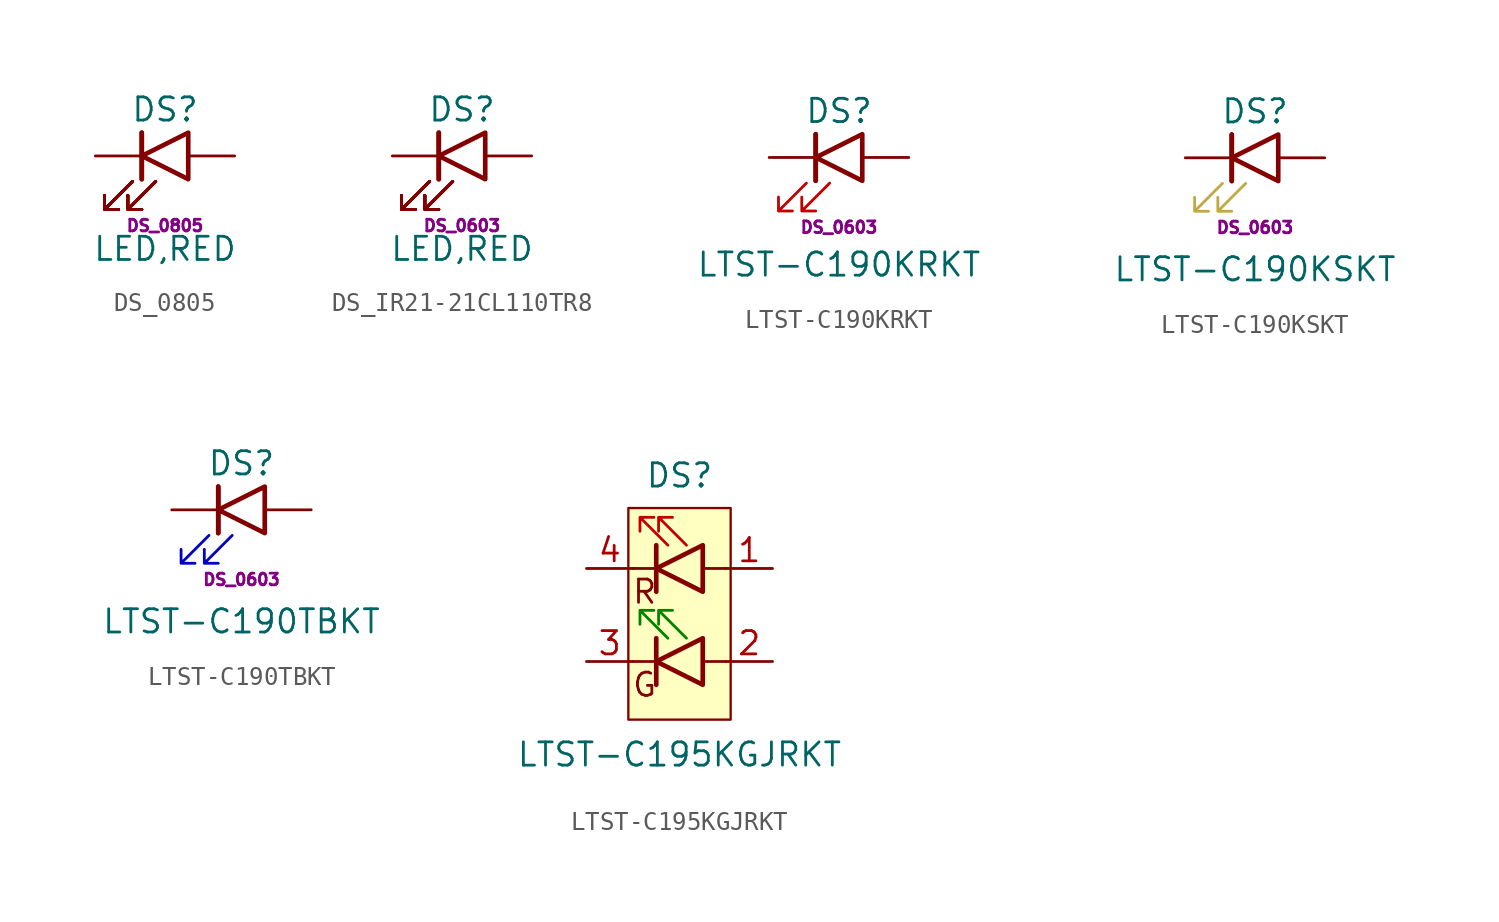
<source format=kicad_sym>
(kicad_symbol_lib
  (version 20231120)
  (generator "kicad_symbol_editor")
  (generator_version "8.0")
  (symbol "DS_0805"
    (pin_numbers hide)
    (pin_names
      (offset 1.016) hide)
    (property "Reference" "DS"
      (at 0 2.54 0)
      (effects (font (size 1.27 1.27))))
    (property "Value" "LED,RED"
      (at 0 -5.08 0)
      (effects (font (size 1.27 1.27))))
    (property "Size" "DS_0805"
      (at 0 -3.81 0)
      (effects (font (size 0.635 0.635))))
    (symbol "DS_0805_1_1"
      (polyline (pts (xy -1.27 -1.27) (xy -1.27 1.27)) (stroke (width 0.254) (type default)) (fill (type none)))
      (polyline (pts (xy -1.27 -1.27) (xy -1.27 1.27)) (stroke (width 0.254) (type default)) (fill (type none)))
      (polyline (pts (xy 1.27 -1.27) (xy 1.27 1.27) (xy -1.27 0) (xy 1.27 -1.27)) (stroke (width 0.254) (type default)) (fill (type none)))
      (polyline (pts (xy -1.778 -1.397) (xy -3.302 -2.921) (xy -2.54 -2.921) (xy -3.302 -2.921) (xy -3.302 -2.159)) (stroke (width 0) (type default)) (fill (type none)))
      (polyline (pts (xy -1.778 -1.397) (xy -3.302 -2.921) (xy -2.54 -2.921) (xy -3.302 -2.921) (xy -3.302 -2.159)) (stroke (width 0) (type default)) (fill (type none)))
      (polyline (pts (xy -1.778 -1.397) (xy -3.302 -2.921) (xy -2.54 -2.921) (xy -3.302 -2.921) (xy -3.302 -2.159)) (stroke (width 0) (type default)) (fill (type none)))
      (polyline (pts (xy -1.778 -1.397) (xy -3.302 -2.921) (xy -2.54 -2.921) (xy -3.302 -2.921) (xy -3.302 -2.159)) (stroke (width 0) (type default)) (fill (type none)))
      (polyline (pts (xy -1.778 -1.397) (xy -3.302 -2.921) (xy -2.54 -2.921) (xy -3.302 -2.921) (xy -3.302 -2.159)) (stroke (width 0) (type default)) (fill (type none)))
      (polyline (pts (xy -1.778 -1.397) (xy -3.302 -2.921) (xy -2.54 -2.921) (xy -3.302 -2.921) (xy -3.302 -2.159)) (stroke (width 0) (type default)) (fill (type none)))
      (polyline (pts (xy -1.778 -1.397) (xy -3.302 -2.921) (xy -2.54 -2.921) (xy -3.302 -2.921) (xy -3.302 -2.159)) (stroke (width 0) (type default)) (fill (type none)))
      (polyline (pts (xy -1.778 -1.397) (xy -3.302 -2.921) (xy -2.54 -2.921) (xy -3.302 -2.921) (xy -3.302 -2.159)) (stroke (width 0) (type default)) (fill (type none)))
      (polyline (pts (xy -0.508 -1.397) (xy -2.032 -2.921) (xy -1.27 -2.921) (xy -2.032 -2.921) (xy -2.032 -2.159)) (stroke (width 0) (type default)) (fill (type none)))
      (polyline (pts (xy -0.508 -1.397) (xy -2.032 -2.921) (xy -1.27 -2.921) (xy -2.032 -2.921) (xy -2.032 -2.159)) (stroke (width 0) (type default)) (fill (type none)))
      (polyline (pts (xy -0.508 -1.397) (xy -2.032 -2.921) (xy -1.27 -2.921) (xy -2.032 -2.921) (xy -2.032 -2.159)) (stroke (width 0) (type default)) (fill (type none)))
      (polyline (pts (xy -0.508 -1.397) (xy -2.032 -2.921) (xy -1.27 -2.921) (xy -2.032 -2.921) (xy -2.032 -2.159)) (stroke (width 0) (type default)) (fill (type none)))
      (polyline (pts (xy -0.508 -1.397) (xy -2.032 -2.921) (xy -1.27 -2.921) (xy -2.032 -2.921) (xy -2.032 -2.159)) (stroke (width 0) (type default)) (fill (type none)))
      (polyline (pts (xy -0.508 -1.397) (xy -2.032 -2.921) (xy -1.27 -2.921) (xy -2.032 -2.921) (xy -2.032 -2.159)) (stroke (width 0) (type default)) (fill (type none)))
      (polyline (pts (xy -0.508 -1.397) (xy -2.032 -2.921) (xy -1.27 -2.921) (xy -2.032 -2.921) (xy -2.032 -2.159)) (stroke (width 0) (type default)) (fill (type none)))
      (polyline (pts (xy -0.508 -1.397) (xy -2.032 -2.921) (xy -1.27 -2.921) (xy -2.032 -2.921) (xy -2.032 -2.159)) (stroke (width 0) (type default)) (fill (type none)))
      (pin passive line (at -3.81 0 0) (length 2.54) (name "K" (effects (font (size 1.27 1.27)))) (number "1" (effects (font (size 1.27 1.27)))))
      (pin passive line (at 3.81 0 180) (length 2.54) (name "A" (effects (font (size 1.27 1.27)))) (number "2" (effects (font (size 1.27 1.27)))))))
  (symbol "DS_IR21-21CL110TR8"
    (pin_numbers hide)
    (pin_names
      (offset 1.016) hide)
    (property "Reference" "DS"
      (at 0 2.54 0)
      (effects (font (size 1.27 1.27))))
    (property "Value" "LED,RED"
      (at 0 -5.08 0)
      (effects (font (size 1.27 1.27))))
    (property "Size" "DS_0603"
      (at 0 -3.81 0)
      (effects (font (size 0.635 0.635))))
    (symbol "DS_IR21-21CL110TR8_1_1"
      (polyline (pts (xy -1.27 -1.27) (xy -1.27 1.27)) (stroke (width 0.254) (type default)) (fill (type none)))
      (polyline (pts (xy -1.27 -1.27) (xy -1.27 1.27)) (stroke (width 0.254) (type default)) (fill (type none)))
      (polyline (pts (xy 1.27 -1.27) (xy 1.27 1.27) (xy -1.27 0) (xy 1.27 -1.27)) (stroke (width 0.254) (type default)) (fill (type none)))
      (polyline (pts (xy -1.778 -1.397) (xy -3.302 -2.921) (xy -2.54 -2.921) (xy -3.302 -2.921) (xy -3.302 -2.159)) (stroke (width 0) (type default)) (fill (type none)))
      (polyline (pts (xy -1.778 -1.397) (xy -3.302 -2.921) (xy -2.54 -2.921) (xy -3.302 -2.921) (xy -3.302 -2.159)) (stroke (width 0) (type default)) (fill (type none)))
      (polyline (pts (xy -1.778 -1.397) (xy -3.302 -2.921) (xy -2.54 -2.921) (xy -3.302 -2.921) (xy -3.302 -2.159)) (stroke (width 0) (type default)) (fill (type none)))
      (polyline (pts (xy -1.778 -1.397) (xy -3.302 -2.921) (xy -2.54 -2.921) (xy -3.302 -2.921) (xy -3.302 -2.159)) (stroke (width 0) (type default)) (fill (type none)))
      (polyline (pts (xy -1.778 -1.397) (xy -3.302 -2.921) (xy -2.54 -2.921) (xy -3.302 -2.921) (xy -3.302 -2.159)) (stroke (width 0) (type default)) (fill (type none)))
      (polyline (pts (xy -1.778 -1.397) (xy -3.302 -2.921) (xy -2.54 -2.921) (xy -3.302 -2.921) (xy -3.302 -2.159)) (stroke (width 0) (type default)) (fill (type none)))
      (polyline (pts (xy -1.778 -1.397) (xy -3.302 -2.921) (xy -2.54 -2.921) (xy -3.302 -2.921) (xy -3.302 -2.159)) (stroke (width 0) (type default)) (fill (type none)))
      (polyline (pts (xy -1.778 -1.397) (xy -3.302 -2.921) (xy -2.54 -2.921) (xy -3.302 -2.921) (xy -3.302 -2.159)) (stroke (width 0) (type default)) (fill (type none)))
      (polyline (pts (xy -0.508 -1.397) (xy -2.032 -2.921) (xy -1.27 -2.921) (xy -2.032 -2.921) (xy -2.032 -2.159)) (stroke (width 0) (type default)) (fill (type none)))
      (polyline (pts (xy -0.508 -1.397) (xy -2.032 -2.921) (xy -1.27 -2.921) (xy -2.032 -2.921) (xy -2.032 -2.159)) (stroke (width 0) (type default)) (fill (type none)))
      (polyline (pts (xy -0.508 -1.397) (xy -2.032 -2.921) (xy -1.27 -2.921) (xy -2.032 -2.921) (xy -2.032 -2.159)) (stroke (width 0) (type default)) (fill (type none)))
      (polyline (pts (xy -0.508 -1.397) (xy -2.032 -2.921) (xy -1.27 -2.921) (xy -2.032 -2.921) (xy -2.032 -2.159)) (stroke (width 0) (type default)) (fill (type none)))
      (polyline (pts (xy -0.508 -1.397) (xy -2.032 -2.921) (xy -1.27 -2.921) (xy -2.032 -2.921) (xy -2.032 -2.159)) (stroke (width 0) (type default)) (fill (type none)))
      (polyline (pts (xy -0.508 -1.397) (xy -2.032 -2.921) (xy -1.27 -2.921) (xy -2.032 -2.921) (xy -2.032 -2.159)) (stroke (width 0) (type default)) (fill (type none)))
      (polyline (pts (xy -0.508 -1.397) (xy -2.032 -2.921) (xy -1.27 -2.921) (xy -2.032 -2.921) (xy -2.032 -2.159)) (stroke (width 0) (type default)) (fill (type none)))
      (polyline (pts (xy -0.508 -1.397) (xy -2.032 -2.921) (xy -1.27 -2.921) (xy -2.032 -2.921) (xy -2.032 -2.159)) (stroke (width 0) (type default)) (fill (type none)))
      (pin passive line (at -3.81 0 0) (length 2.54) (name "K" (effects (font (size 1.27 1.27)))) (number "1" (effects (font (size 1.27 1.27)))))
      (pin passive line (at 3.81 0 180) (length 2.54) (name "A" (effects (font (size 1.27 1.27)))) (number "2" (effects (font (size 1.27 1.27)))))))
  (symbol "LTST-C190KRKT"
    (pin_numbers hide)
    (pin_names
      (offset 1.016) hide)
    (property "Reference" "DS"
      (at 0 2.54 0)
      (effects (font (size 1.27 1.27))))
    (property "Value" "LTST-C190KRKT"
      (at 0 -5.842 0)
      (effects (font (size 1.27 1.27))))
    (property "Size" "DS_0603"
      (at 0 -3.81 0)
      (effects (font (size 0.635 0.635))))
    (symbol "LTST-C190KRKT_1_1"
      (polyline (pts (xy -1.27 -1.27) (xy -1.27 1.27)) (stroke (width 0.254) (type default)) (fill (type none)))
      (polyline (pts (xy -1.27 -1.27) (xy -1.27 1.27)) (stroke (width 0.254) (type default)) (fill (type none)))
      (polyline (pts (xy 1.27 -1.27) (xy 1.27 1.27) (xy -1.27 0) (xy 1.27 -1.27)) (stroke (width 0.254) (type default)) (fill (type none)))
      (polyline (pts (xy -1.778 -1.397) (xy -3.302 -2.921) (xy -2.54 -2.921) (xy -3.302 -2.921) (xy -3.302 -2.159)) (stroke (width 0) (type default) (color 194 0 0 1)) (fill (type none)))
      (polyline (pts (xy -0.508 -1.397) (xy -2.032 -2.921) (xy -1.27 -2.921) (xy -2.032 -2.921) (xy -2.032 -2.159)) (stroke (width 0) (type default) (color 194 0 0 1)) (fill (type none)))
      (pin passive line (at -3.81 0 0) (length 2.54) (name "K" (effects (font (size 1.27 1.27)))) (number "1" (effects (font (size 1.27 1.27)))))
      (pin passive line (at 3.81 0 180) (length 2.54) (name "A" (effects (font (size 1.27 1.27)))) (number "2" (effects (font (size 1.27 1.27)))))))
  (symbol "LTST-C190KSKT"
    (pin_numbers hide)
    (pin_names
      (offset 1.016) hide)
    (property "Reference" "DS"
      (at 0 2.54 0)
      (effects (font (size 1.27 1.27))))
    (property "Value" "LTST-C190KSKT"
      (at 0 -6.096 0)
      (effects (font (size 1.27 1.27))))
    (property "Size" "DS_0603"
      (at 0 -3.81 0)
      (effects (font (size 0.635 0.635))))
    (symbol "LTST-C190KSKT_1_1"
      (polyline (pts (xy -1.27 -1.27) (xy -1.27 1.27)) (stroke (width 0.254) (type default)) (fill (type none)))
      (polyline (pts (xy -1.27 -1.27) (xy -1.27 1.27)) (stroke (width 0.254) (type default)) (fill (type none)))
      (polyline (pts (xy 1.27 -1.27) (xy 1.27 1.27) (xy -1.27 0) (xy 1.27 -1.27)) (stroke (width 0.254) (type default)) (fill (type none)))
      (polyline (pts (xy -1.778 -1.397) (xy -3.302 -2.921) (xy -2.54 -2.921) (xy -3.302 -2.921) (xy -3.302 -2.159)) (stroke (width 0) (type default) (color 194 168 68 1)) (fill (type none)))
      (polyline (pts (xy -0.508 -1.397) (xy -2.032 -2.921) (xy -1.27 -2.921) (xy -2.032 -2.921) (xy -2.032 -2.159)) (stroke (width 0) (type default) (color 194 168 68 1)) (fill (type none)))
      (pin passive line (at -3.81 0 0) (length 2.54) (name "K" (effects (font (size 1.27 1.27)))) (number "1" (effects (font (size 1.27 1.27)))))
      (pin passive line (at 3.81 0 180) (length 2.54) (name "A" (effects (font (size 1.27 1.27)))) (number "2" (effects (font (size 1.27 1.27)))))))
  (symbol "LTST-C190TBKT"
    (pin_numbers hide)
    (pin_names
      (offset 1.016) hide)
    (property "Reference" "DS"
      (at 0 2.54 0)
      (effects (font (size 1.27 1.27))))
    (property "Value" "LTST-C190TBKT"
      (at 0 -6.096 0)
      (effects (font (size 1.27 1.27))))
    (property "Size" "DS_0603"
      (at 0 -3.81 0)
      (effects (font (size 0.635 0.635))))
    (symbol "LTST-C190TBKT_1_1"
      (polyline (pts (xy -1.27 -1.27) (xy -1.27 1.27)) (stroke (width 0.254) (type default)) (fill (type none)))
      (polyline (pts (xy -1.27 -1.27) (xy -1.27 1.27)) (stroke (width 0.254) (type default)) (fill (type none)))
      (polyline (pts (xy 1.27 -1.27) (xy 1.27 1.27) (xy -1.27 0) (xy 1.27 -1.27)) (stroke (width 0.254) (type default)) (fill (type none)))
      (polyline (pts (xy -1.778 -1.397) (xy -3.302 -2.921) (xy -2.54 -2.921) (xy -3.302 -2.921) (xy -3.302 -2.159)) (stroke (width 0) (type default) (color 0 0 194 1)) (fill (type none)))
      (polyline (pts (xy -0.508 -1.397) (xy -2.032 -2.921) (xy -1.27 -2.921) (xy -2.032 -2.921) (xy -2.032 -2.159)) (stroke (width 0) (type default) (color 0 0 194 1)) (fill (type none)))
      (pin passive line (at -3.81 0 0) (length 2.54) (name "K" (effects (font (size 1.27 1.27)))) (number "1" (effects (font (size 1.27 1.27)))))
      (pin passive line (at 3.81 0 180) (length 2.54) (name "A" (effects (font (size 1.27 1.27)))) (number "2" (effects (font (size 1.27 1.27)))))))
  (symbol "LTST-C195KGJRKT"
    (pin_names hide)
    (property "Reference" "DS"
      (at 0 7.62 0)
      (effects (font (size 1.27 1.27))))
    (property "Value" "LTST-C195KGJRKT"
      (at 0 -7.62 0)
      (effects (font (size 1.27 1.27))))
    (symbol "LTST-C195KGJRKT_0_0"
      (text "G" (at -1.905 -3.81 0) (effects (font (size 1.27 1.27))))
      (text "R" (at -1.905 1.27 0) (effects (font (size 1.27 1.27)))))
    (symbol "LTST-C195KGJRKT_0_1"
      (polyline (pts (xy -1.27 -2.54) (xy -2.54 -2.54)) (stroke (width 0) (type default)) (fill (type none)))
      (polyline (pts (xy -1.27 -1.27) (xy -1.27 -3.81)) (stroke (width 0.254) (type default)) (fill (type none)))
      (polyline (pts (xy -1.27 2.54) (xy -2.54 2.54)) (stroke (width 0) (type default)) (fill (type none)))
      (polyline (pts (xy -1.27 3.81) (xy -1.27 1.27)) (stroke (width 0.254) (type default)) (fill (type none)))
      (polyline (pts (xy 1.27 -2.54) (xy 2.54 -2.54)) (stroke (width 0) (type default)) (fill (type none)))
      (polyline (pts (xy 1.27 2.54) (xy 2.54 2.54)) (stroke (width 0) (type default)) (fill (type none)))
      (polyline (pts (xy -1.27 -1.27) (xy -1.27 -3.81) (xy -1.27 -3.81)) (stroke (width 0) (type default)) (fill (type none)))
      (polyline (pts (xy -1.27 3.81) (xy -1.27 1.27) (xy -1.27 1.27)) (stroke (width 0) (type default)) (fill (type none)))
      (polyline (pts (xy 1.27 -1.27) (xy 1.27 -3.81) (xy -1.27 -2.54) (xy 1.27 -1.27)) (stroke (width 0.254) (type default)) (fill (type none)))
      (polyline (pts (xy 1.27 3.81) (xy 1.27 1.27) (xy -1.27 2.54) (xy 1.27 3.81)) (stroke (width 0.254) (type default)) (fill (type none)))
      (rectangle (start 1.27 -3.81) (end 1.27 -1.27) (stroke (width 0) (type default)) (fill (type none)))
      (rectangle (start 1.27 -1.27) (end 1.27 -1.27) (stroke (width 0) (type default)) (fill (type none)))
      (rectangle (start 1.27 1.27) (end 1.27 3.81) (stroke (width 0) (type default)) (fill (type none)))
      (rectangle (start 1.27 3.81) (end 1.27 3.81) (stroke (width 0) (type default)) (fill (type none))))
    (symbol "LTST-C195KGJRKT_1_1"
      (rectangle (start -2.794 5.842) (end 2.794 -5.715) (stroke (width 0.127) (type default)) (fill (type background)))
      (polyline (pts (xy -0.635 -1.27) (xy -2.159 0.254) (xy -1.397 0.254) (xy -2.159 0.254) (xy -2.159 -0.508)) (stroke (width 0) (type default) (color 0 132 0 1)) (fill (type none)))
      (polyline (pts (xy -0.635 3.81) (xy -2.159 5.334) (xy -1.397 5.334) (xy -2.159 5.334) (xy -2.159 4.572)) (stroke (width 0) (type default) (color 194 0 0 1)) (fill (type none)))
      (polyline (pts (xy 0.381 -1.27) (xy -1.143 0.254) (xy -0.381 0.254) (xy -1.143 0.254) (xy -1.143 -0.508)) (stroke (width 0) (type default) (color 0 132 0 1)) (fill (type none)))
      (polyline (pts (xy 0.381 3.81) (xy -1.143 5.334) (xy -0.381 5.334) (xy -1.143 5.334) (xy -1.143 4.572)) (stroke (width 0) (type default) (color 194 0 0 1)) (fill (type none)))
      (pin passive line (at 5.08 2.54 180) (length 2.54) (name "RK" (effects (font (size 1.27 1.27)))) (number "1" (effects (font (size 1.27 1.27)))))
      (pin passive line (at 5.08 -2.54 180) (length 2.54) (name "GK" (effects (font (size 1.27 1.27)))) (number "2" (effects (font (size 1.27 1.27)))))
      (pin passive line (at -5.08 -2.54 0) (length 2.54) (name "BK" (effects (font (size 1.27 1.27)))) (number "3" (effects (font (size 1.27 1.27)))))
      (pin passive line (at -5.08 2.54 0) (length 2.54) (name "A" (effects (font (size 1.27 1.27)))) (number "4" (effects (font (size 1.27 1.27))))))))
</source>
